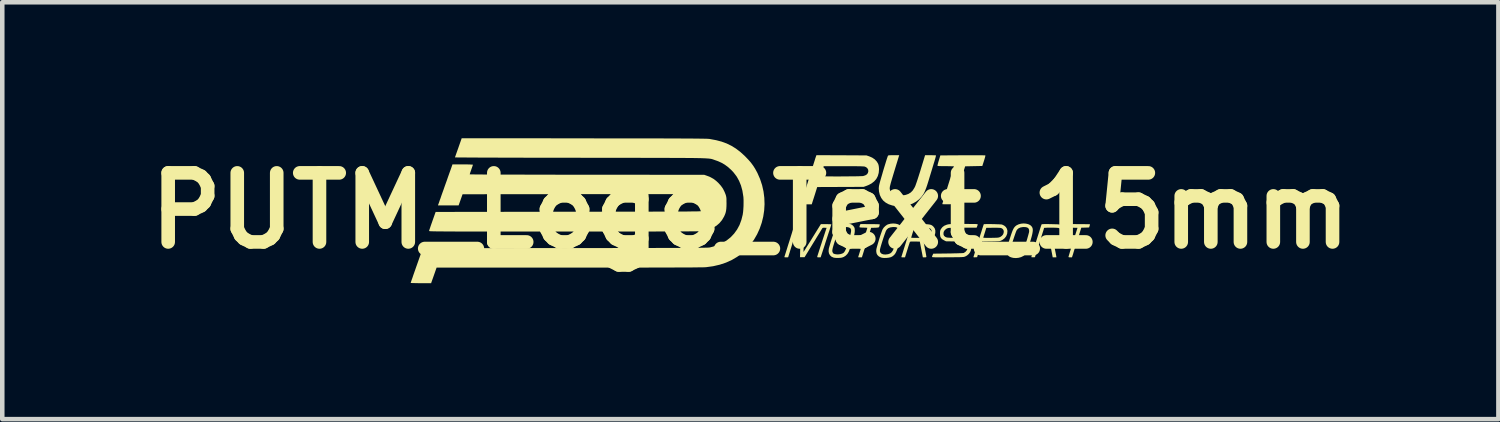
<source format=kicad_pcb>
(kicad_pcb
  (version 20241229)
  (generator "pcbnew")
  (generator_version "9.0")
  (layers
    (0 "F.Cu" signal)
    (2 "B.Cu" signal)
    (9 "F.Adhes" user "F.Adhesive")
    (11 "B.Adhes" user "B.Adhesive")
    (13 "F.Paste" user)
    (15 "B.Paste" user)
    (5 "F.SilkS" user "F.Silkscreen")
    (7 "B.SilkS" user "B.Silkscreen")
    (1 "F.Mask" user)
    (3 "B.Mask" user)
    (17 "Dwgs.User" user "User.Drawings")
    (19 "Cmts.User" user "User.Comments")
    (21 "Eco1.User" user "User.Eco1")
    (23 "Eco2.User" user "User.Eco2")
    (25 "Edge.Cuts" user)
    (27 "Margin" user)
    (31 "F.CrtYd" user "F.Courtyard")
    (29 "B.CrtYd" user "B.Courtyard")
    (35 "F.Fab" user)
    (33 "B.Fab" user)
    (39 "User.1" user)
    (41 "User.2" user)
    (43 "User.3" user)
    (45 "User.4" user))
  (footprint "PUTM_Logo_Text_15mm"
    (layer "F.Cu")
    (at 13.506 1.599)
    (property "Reference" "PUTM_Logo_Text_15mm" (at 0 0 0) (layer "F.SilkS") (effects (font (size 1.524 1.524) (thickness 0.3))))
    (attr board_only exclude_from_pos_files exclude_from_bom allow_missing_courtyard)
    (fp_poly (pts (xy 7.276 0.296) (xy 7.332 0.296) (xy 7.383 0.297) (xy 7.426 0.298) (xy 7.46 0.298) (xy 7.483 0.299) (xy 7.493 0.3) (xy 7.493 0.3) (xy 7.493 0.309) (xy 7.488 0.327) (xy 7.485 0.337) (xy 7.474 0.37) (xy 7.388 0.373) (xy 7.302 0.375) (xy 7.226 0.618) (xy 7.206 0.682) (xy 7.186 0.744) (xy 7.167 0.804) (xy 7.15 0.857) (xy 7.136 0.902) (xy 7.126 0.936) (xy 7.123 0.946) (xy 7.096 1.029) (xy 7.057 1.029) (xy 7.031 1.028) (xy 7.019 1.022) (xy 7.019 1.02) (xy 7.021 1.01) (xy 7.028 0.988) (xy 7.038 0.954) (xy 7.051 0.909) (xy 7.068 0.856) (xy 7.086 0.797) (xy 7.107 0.731) (xy 7.118 0.694) (xy 7.218 0.378) (xy 7.13 0.376) (xy 7.092 0.375) (xy 7.067 0.374) (xy 7.052 0.371) (xy 7.045 0.367) (xy 7.043 0.362) (xy 7.042 0.357) (xy 7.046 0.336) (xy 7.052 0.317) (xy 7.062 0.295)) (stroke (width 0) (type solid)) (fill yes) (layer "F.SilkS"))
    (fp_poly (pts (xy 2.642 0.296) (xy 2.698 0.296) (xy 2.748 0.297) (xy 2.791 0.298) (xy 2.824 0.299) (xy 2.846 0.3) (xy 2.854 0.302) (xy 2.854 0.302) (xy 2.852 0.323) (xy 2.846 0.346) (xy 2.838 0.362) (xy 2.835 0.366) (xy 2.824 0.369) (xy 2.801 0.373) (xy 2.77 0.375) (xy 2.745 0.376) (xy 2.665 0.378) (xy 2.563 0.704) (xy 2.461 1.029) (xy 2.42 1.029) (xy 2.397 1.029) (xy 2.382 1.027) (xy 2.379 1.026) (xy 2.381 1.018) (xy 2.387 0.997) (xy 2.398 0.964) (xy 2.411 0.921) (xy 2.427 0.869) (xy 2.446 0.809) (xy 2.466 0.744) (xy 2.48 0.702) (xy 2.501 0.634) (xy 2.521 0.571) (xy 2.539 0.515) (xy 2.554 0.466) (xy 2.567 0.426) (xy 2.575 0.398) (xy 2.58 0.381) (xy 2.581 0.378) (xy 2.574 0.377) (xy 2.554 0.375) (xy 2.525 0.374) (xy 2.494 0.373) (xy 2.456 0.372) (xy 2.431 0.37) (xy 2.416 0.368) (xy 2.409 0.364) (xy 2.407 0.358) (xy 2.408 0.352) (xy 2.413 0.33) (xy 2.42 0.314) (xy 2.429 0.295)) (stroke (width 0) (type solid)) (fill yes) (layer "F.SilkS"))
    (fp_poly (pts (xy 4.996 -1.223) (xy 5.056 -1.223) (xy 5.106 -1.223) (xy 5.144 -1.222) (xy 5.171 -1.222) (xy 5.183 -1.221) (xy 5.183 -1.221) (xy 5.185 -1.213) (xy 5.181 -1.19) (xy 5.171 -1.154) (xy 5.156 -1.104) (xy 5.155 -1.102) (xy 5.118 -0.987) (xy 4.928 -0.983) (xy 4.739 -0.979) (xy 4.608 -0.561) (xy 4.478 -0.144) (xy 4.356 -0.142) (xy 4.315 -0.142) (xy 4.279 -0.142) (xy 4.253 -0.143) (xy 4.237 -0.145) (xy 4.235 -0.146) (xy 4.237 -0.154) (xy 4.243 -0.176) (xy 4.254 -0.21) (xy 4.268 -0.255) (xy 4.284 -0.309) (xy 4.304 -0.371) (xy 4.325 -0.44) (xy 4.348 -0.514) (xy 4.363 -0.562) (xy 4.387 -0.639) (xy 4.41 -0.712) (xy 4.431 -0.778) (xy 4.449 -0.837) (xy 4.465 -0.888) (xy 4.477 -0.928) (xy 4.486 -0.958) (xy 4.491 -0.975) (xy 4.492 -0.978) (xy 4.485 -0.979) (xy 4.464 -0.98) (xy 4.432 -0.981) (xy 4.39 -0.982) (xy 4.342 -0.983) (xy 4.312 -0.983) (xy 4.251 -0.983) (xy 4.204 -0.984) (xy 4.17 -0.985) (xy 4.147 -0.987) (xy 4.134 -0.989) (xy 4.129 -0.992) (xy 4.13 -1.003) (xy 4.135 -1.026) (xy 4.143 -1.057) (xy 4.154 -1.095) (xy 4.159 -1.111) (xy 4.192 -1.22) (xy 4.683 -1.223) (xy 4.77 -1.223) (xy 4.851 -1.223) (xy 4.927 -1.223)) (stroke (width 0) (type solid)) (fill yes) (layer "F.SilkS"))
    (fp_poly (pts (xy 5.301 0.295) (xy 5.35 0.296) (xy 5.399 0.297) (xy 5.445 0.299) (xy 5.486 0.3) (xy 5.52 0.302) (xy 5.544 0.304) (xy 5.554 0.306) (xy 5.601 0.329) (xy 5.637 0.36) (xy 5.661 0.399) (xy 5.672 0.444) (xy 5.672 0.451) (xy 5.666 0.51) (xy 5.645 0.562) (xy 5.612 0.606) (xy 5.566 0.642) (xy 5.546 0.653) (xy 5.532 0.659) (xy 5.52 0.665) (xy 5.506 0.669) (xy 5.489 0.672) (xy 5.467 0.674) (xy 5.437 0.675) (xy 5.398 0.677) (xy 5.346 0.678) (xy 5.307 0.678) (xy 5.112 0.682) (xy 5.082 0.776) (xy 5.068 0.822) (xy 5.052 0.872) (xy 5.037 0.919) (xy 5.027 0.948) (xy 5.003 1.026) (xy 4.961 1.028) (xy 4.937 1.029) (xy 4.926 1.027) (xy 4.923 1.021) (xy 4.924 1.016) (xy 4.939 0.968) (xy 4.956 0.912) (xy 4.975 0.851) (xy 4.995 0.786) (xy 5.016 0.719) (xy 5.038 0.652) (xy 5.055 0.595) (xy 5.139 0.595) (xy 5.147 0.597) (xy 5.168 0.598) (xy 5.199 0.599) (xy 5.24 0.6) (xy 5.288 0.599) (xy 5.309 0.599) (xy 5.365 0.598) (xy 5.408 0.597) (xy 5.44 0.596) (xy 5.463 0.594) (xy 5.481 0.591) (xy 5.494 0.587) (xy 5.507 0.582) (xy 5.518 0.577) (xy 5.551 0.553) (xy 5.575 0.524) (xy 5.588 0.491) (xy 5.592 0.458) (xy 5.585 0.428) (xy 5.567 0.402) (xy 5.539 0.385) (xy 5.531 0.382) (xy 5.512 0.379) (xy 5.479 0.377) (xy 5.435 0.376) (xy 5.382 0.376) (xy 5.354 0.376) (xy 5.206 0.378) (xy 5.173 0.484) (xy 5.161 0.522) (xy 5.151 0.555) (xy 5.143 0.58) (xy 5.14 0.593) (xy 5.139 0.595) (xy 5.055 0.595) (xy 5.058 0.586) (xy 5.078 0.523) (xy 5.097 0.464) (xy 5.113 0.412) (xy 5.127 0.368) (xy 5.138 0.333) (xy 5.146 0.31) (xy 5.15 0.299) (xy 5.15 0.299) (xy 5.159 0.297) (xy 5.182 0.296) (xy 5.215 0.295) (xy 5.255 0.295)) (stroke (width 0) (type solid)) (fill yes) (layer "F.SilkS"))
    (fp_poly (pts (xy 3.205 0.286) (xy 3.255 0.298) (xy 3.296 0.318) (xy 3.31 0.328) (xy 3.329 0.348) (xy 3.343 0.371) (xy 3.351 0.398) (xy 3.354 0.43) (xy 3.351 0.47) (xy 3.342 0.519) (xy 3.327 0.578) (xy 3.307 0.65) (xy 3.296 0.686) (xy 3.273 0.758) (xy 3.253 0.816) (xy 3.236 0.863) (xy 3.221 0.9) (xy 3.206 0.93) (xy 3.192 0.953) (xy 3.176 0.972) (xy 3.17 0.978) (xy 3.137 1.006) (xy 3.101 1.025) (xy 3.057 1.036) (xy 3.002 1.042) (xy 2.995 1.042) (xy 2.954 1.043) (xy 2.923 1.041) (xy 2.897 1.036) (xy 2.879 1.031) (xy 2.835 1.009) (xy 2.803 0.978) (xy 2.784 0.94) (xy 2.777 0.891) (xy 2.779 0.863) (xy 2.779 0.859) (xy 2.859 0.859) (xy 2.859 0.898) (xy 2.873 0.929) (xy 2.897 0.95) (xy 2.933 0.963) (xy 2.98 0.967) (xy 3.035 0.96) (xy 3.041 0.959) (xy 3.085 0.943) (xy 3.119 0.915) (xy 3.146 0.874) (xy 3.155 0.853) (xy 3.168 0.819) (xy 3.182 0.777) (xy 3.198 0.729) (xy 3.214 0.677) (xy 3.23 0.625) (xy 3.244 0.575) (xy 3.257 0.53) (xy 3.266 0.493) (xy 3.272 0.466) (xy 3.273 0.456) (xy 3.272 0.419) (xy 3.26 0.391) (xy 3.237 0.372) (xy 3.202 0.362) (xy 3.154 0.36) (xy 3.138 0.361) (xy 3.086 0.369) (xy 3.046 0.384) (xy 3.016 0.408) (xy 2.998 0.434) (xy 2.989 0.451) (xy 2.978 0.481) (xy 2.963 0.521) (xy 2.947 0.567) (xy 2.93 0.618) (xy 2.913 0.671) (xy 2.897 0.722) (xy 2.883 0.769) (xy 2.871 0.81) (xy 2.863 0.842) (xy 2.859 0.859) (xy 2.779 0.859) (xy 2.782 0.842) (xy 2.79 0.809) (xy 2.802 0.767) (xy 2.816 0.718) (xy 2.832 0.664) (xy 2.848 0.61) (xy 2.865 0.557) (xy 2.882 0.507) (xy 2.897 0.465) (xy 2.909 0.432) (xy 2.918 0.411) (xy 2.943 0.373) (xy 2.977 0.339) (xy 3.014 0.312) (xy 3.038 0.301) (xy 3.093 0.287) (xy 3.15 0.282)) (stroke (width 0) (type solid)) (fill yes) (layer "F.SilkS"))
    (fp_poly (pts (xy 6.079 0.285) (xy 6.129 0.296) (xy 6.172 0.316) (xy 6.187 0.328) (xy 6.206 0.347) (xy 6.22 0.369) (xy 6.229 0.395) (xy 6.232 0.427) (xy 6.229 0.465) (xy 6.221 0.512) (xy 6.207 0.569) (xy 6.188 0.637) (xy 6.169 0.697) (xy 6.147 0.768) (xy 6.127 0.826) (xy 6.11 0.873) (xy 6.095 0.91) (xy 6.08 0.938) (xy 6.065 0.961) (xy 6.05 0.978) (xy 6.032 0.993) (xy 6.02 1.001) (xy 5.973 1.024) (xy 5.918 1.039) (xy 5.859 1.045) (xy 5.801 1.041) (xy 5.757 1.03) (xy 5.731 1.02) (xy 5.709 1.008) (xy 5.7 1.001) (xy 5.675 0.969) (xy 5.659 0.927) (xy 5.654 0.887) (xy 5.654 0.872) (xy 5.655 0.86) (xy 5.736 0.86) (xy 5.737 0.899) (xy 5.75 0.929) (xy 5.775 0.951) (xy 5.812 0.963) (xy 5.858 0.966) (xy 5.913 0.96) (xy 5.919 0.959) (xy 5.964 0.942) (xy 5.999 0.913) (xy 6.022 0.878) (xy 6.031 0.858) (xy 6.042 0.826) (xy 6.057 0.785) (xy 6.072 0.737) (xy 6.088 0.686) (xy 6.105 0.634) (xy 6.119 0.584) (xy 6.132 0.539) (xy 6.142 0.501) (xy 6.149 0.474) (xy 6.151 0.464) (xy 6.15 0.424) (xy 6.139 0.394) (xy 6.116 0.374) (xy 6.082 0.363) (xy 6.034 0.36) (xy 6.011 0.361) (xy 5.96 0.37) (xy 5.92 0.387) (xy 5.889 0.414) (xy 5.875 0.433) (xy 5.867 0.451) (xy 5.855 0.481) (xy 5.841 0.521) (xy 5.825 0.567) (xy 5.808 0.618) (xy 5.791 0.67) (xy 5.775 0.721) (xy 5.76 0.769) (xy 5.748 0.81) (xy 5.74 0.842) (xy 5.736 0.86) (xy 5.655 0.86) (xy 5.655 0.858) (xy 5.657 0.843) (xy 5.661 0.825) (xy 5.666 0.803) (xy 5.675 0.773) (xy 5.686 0.736) (xy 5.702 0.688) (xy 5.721 0.627) (xy 5.729 0.603) (xy 5.751 0.535) (xy 5.77 0.48) (xy 5.787 0.436) (xy 5.803 0.402) (xy 5.819 0.375) (xy 5.836 0.354) (xy 5.854 0.337) (xy 5.873 0.323) (xy 5.918 0.301) (xy 5.97 0.287) (xy 6.025 0.281)) (stroke (width 0) (type solid)) (fill yes) (layer "F.SilkS"))
    (fp_poly (pts (xy 2.01 -1.223) (xy 2.562 -1.22) (xy 2.624 -1.199) (xy 2.688 -1.171) (xy 2.743 -1.134) (xy 2.786 -1.089) (xy 2.817 -1.039) (xy 2.827 -1.012) (xy 2.833 -0.983) (xy 2.837 -0.947) (xy 2.839 -0.913) (xy 2.832 -0.834) (xy 2.812 -0.764) (xy 2.779 -0.701) (xy 2.732 -0.647) (xy 2.673 -0.601) (xy 2.599 -0.563) (xy 2.562 -0.548) (xy 2.499 -0.526) (xy 1.475 -0.522) (xy 1.439 -0.407) (xy 1.424 -0.359) (xy 1.408 -0.309) (xy 1.393 -0.262) (xy 1.38 -0.223) (xy 1.378 -0.216) (xy 1.354 -0.14) (xy 1.234 -0.14) (xy 1.186 -0.141) (xy 1.152 -0.142) (xy 1.131 -0.143) (xy 1.12 -0.146) (xy 1.117 -0.15) (xy 1.117 -0.15) (xy 1.12 -0.159) (xy 1.127 -0.182) (xy 1.138 -0.217) (xy 1.153 -0.263) (xy 1.171 -0.319) (xy 1.191 -0.384) (xy 1.214 -0.456) (xy 1.238 -0.535) (xy 1.265 -0.619) (xy 1.282 -0.675) (xy 1.309 -0.761) (xy 1.31 -0.762) (xy 1.552 -0.762) (xy 1.559 -0.761) (xy 1.581 -0.76) (xy 1.615 -0.759) (xy 1.659 -0.758) (xy 1.713 -0.757) (xy 1.774 -0.757) (xy 1.84 -0.756) (xy 1.911 -0.756) (xy 1.984 -0.756) (xy 2.058 -0.757) (xy 2.131 -0.757) (xy 2.202 -0.758) (xy 2.269 -0.758) (xy 2.33 -0.759) (xy 2.383 -0.76) (xy 2.428 -0.762) (xy 2.462 -0.763) (xy 2.484 -0.764) (xy 2.489 -0.765) (xy 2.536 -0.78) (xy 2.57 -0.801) (xy 2.592 -0.83) (xy 2.593 -0.832) (xy 2.603 -0.869) (xy 2.599 -0.905) (xy 2.582 -0.936) (xy 2.553 -0.961) (xy 2.521 -0.974) (xy 2.506 -0.976) (xy 2.475 -0.978) (xy 2.43 -0.98) (xy 2.37 -0.981) (xy 2.296 -0.982) (xy 2.208 -0.982) (xy 2.107 -0.982) (xy 2.055 -0.982) (xy 1.618 -0.982) (xy 1.585 -0.875) (xy 1.573 -0.837) (xy 1.563 -0.803) (xy 1.556 -0.778) (xy 1.552 -0.764) (xy 1.552 -0.762) (xy 1.31 -0.762) (xy 1.335 -0.844) (xy 1.359 -0.921) (xy 1.382 -0.992) (xy 1.402 -1.055) (xy 1.419 -1.108) (xy 1.432 -1.152) (xy 1.443 -1.183) (xy 1.449 -1.202) (xy 1.451 -1.207) (xy 1.458 -1.225)) (stroke (width 0) (type solid)) (fill yes) (layer "F.SilkS"))
    (fp_poly (pts (xy 2.162 0.287) (xy 2.206 0.295) (xy 2.241 0.31) (xy 2.268 0.333) (xy 2.284 0.353) (xy 2.295 0.372) (xy 2.301 0.39) (xy 2.303 0.413) (xy 2.304 0.444) (xy 2.303 0.465) (xy 2.3 0.487) (xy 2.296 0.512) (xy 2.288 0.543) (xy 2.278 0.581) (xy 2.263 0.63) (xy 2.247 0.682) (xy 2.23 0.735) (xy 2.214 0.785) (xy 2.199 0.83) (xy 2.186 0.866) (xy 2.176 0.892) (xy 2.173 0.901) (xy 2.141 0.954) (xy 2.101 0.994) (xy 2.062 1.019) (xy 2.037 1.029) (xy 2.013 1.036) (xy 1.985 1.04) (xy 1.946 1.042) (xy 1.943 1.042) (xy 1.892 1.042) (xy 1.853 1.038) (xy 1.831 1.033) (xy 1.787 1.012) (xy 1.755 0.98) (xy 1.734 0.94) (xy 1.726 0.892) (xy 1.727 0.885) (xy 1.808 0.885) (xy 1.809 0.9) (xy 1.813 0.912) (xy 1.818 0.923) (xy 1.825 0.936) (xy 1.832 0.944) (xy 1.843 0.949) (xy 1.861 0.956) (xy 1.895 0.963) (xy 1.937 0.964) (xy 1.981 0.959) (xy 2.02 0.948) (xy 2.032 0.943) (xy 2.049 0.934) (xy 2.064 0.922) (xy 2.077 0.905) (xy 2.09 0.883) (xy 2.104 0.853) (xy 2.119 0.813) (xy 2.137 0.762) (xy 2.157 0.699) (xy 2.165 0.672) (xy 2.187 0.602) (xy 2.203 0.546) (xy 2.214 0.501) (xy 2.221 0.466) (xy 2.223 0.438) (xy 2.221 0.417) (xy 2.215 0.401) (xy 2.206 0.388) (xy 2.204 0.386) (xy 2.178 0.371) (xy 2.141 0.362) (xy 2.096 0.36) (xy 2.069 0.362) (xy 2.036 0.367) (xy 2.008 0.376) (xy 1.985 0.39) (xy 1.965 0.411) (xy 1.946 0.44) (xy 1.928 0.479) (xy 1.909 0.53) (xy 1.888 0.592) (xy 1.865 0.666) (xy 1.846 0.726) (xy 1.831 0.775) (xy 1.82 0.813) (xy 1.813 0.844) (xy 1.809 0.867) (xy 1.808 0.885) (xy 1.727 0.885) (xy 1.73 0.844) (xy 1.736 0.819) (xy 1.746 0.783) (xy 1.759 0.738) (xy 1.774 0.687) (xy 1.791 0.634) (xy 1.808 0.581) (xy 1.825 0.53) (xy 1.84 0.485) (xy 1.854 0.447) (xy 1.864 0.421) (xy 1.868 0.413) (xy 1.899 0.367) (xy 1.942 0.328) (xy 1.985 0.303) (xy 2.006 0.294) (xy 2.028 0.289) (xy 2.054 0.286) (xy 2.09 0.285) (xy 2.106 0.285)) (stroke (width 0) (type solid)) (fill yes) (layer "F.SilkS"))
    (fp_poly (pts (xy 3.279 -1.207) (xy 3.275 -1.196) (xy 3.268 -1.172) (xy 3.257 -1.136) (xy 3.243 -1.09) (xy 3.226 -1.035) (xy 3.207 -0.973) (xy 3.187 -0.907) (xy 3.172 -0.858) (xy 3.148 -0.778) (xy 3.128 -0.711) (xy 3.112 -0.657) (xy 3.099 -0.613) (xy 3.09 -0.578) (xy 3.083 -0.55) (xy 3.078 -0.529) (xy 3.076 -0.512) (xy 3.075 -0.498) (xy 3.075 -0.486) (xy 3.075 -0.481) (xy 3.086 -0.433) (xy 3.109 -0.394) (xy 3.145 -0.364) (xy 3.192 -0.344) (xy 3.25 -0.333) (xy 3.319 -0.333) (xy 3.355 -0.336) (xy 3.428 -0.349) (xy 3.489 -0.371) (xy 3.54 -0.403) (xy 3.583 -0.447) (xy 3.619 -0.504) (xy 3.634 -0.533) (xy 3.643 -0.555) (xy 3.655 -0.589) (xy 3.671 -0.634) (xy 3.689 -0.688) (xy 3.709 -0.75) (xy 3.73 -0.816) (xy 3.752 -0.885) (xy 3.759 -0.91) (xy 3.855 -1.224) (xy 3.974 -1.224) (xy 4.015 -1.224) (xy 4.05 -1.223) (xy 4.077 -1.222) (xy 4.093 -1.221) (xy 4.096 -1.22) (xy 4.095 -1.212) (xy 4.09 -1.191) (xy 4.082 -1.16) (xy 4.071 -1.122) (xy 4.058 -1.078) (xy 4.044 -1.034) (xy 4.027 -0.978) (xy 4.008 -0.914) (xy 3.987 -0.845) (xy 3.966 -0.776) (xy 3.946 -0.71) (xy 3.945 -0.706) (xy 3.92 -0.625) (xy 3.899 -0.558) (xy 3.879 -0.501) (xy 3.861 -0.455) (xy 3.844 -0.415) (xy 3.827 -0.381) (xy 3.808 -0.351) (xy 3.788 -0.323) (xy 3.778 -0.31) (xy 3.724 -0.252) (xy 3.658 -0.201) (xy 3.583 -0.159) (xy 3.502 -0.127) (xy 3.494 -0.124) (xy 3.45 -0.115) (xy 3.397 -0.108) (xy 3.337 -0.104) (xy 3.275 -0.103) (xy 3.217 -0.105) (xy 3.165 -0.109) (xy 3.13 -0.116) (xy 3.052 -0.142) (xy 2.985 -0.179) (xy 2.93 -0.225) (xy 2.888 -0.281) (xy 2.857 -0.347) (xy 2.855 -0.354) (xy 2.838 -0.425) (xy 2.833 -0.494) (xy 2.838 -0.546) (xy 2.842 -0.563) (xy 2.849 -0.594) (xy 2.86 -0.635) (xy 2.874 -0.684) (xy 2.89 -0.74) (xy 2.908 -0.801) (xy 2.926 -0.865) (xy 2.945 -0.928) (xy 2.964 -0.99) (xy 2.982 -1.048) (xy 2.998 -1.101) (xy 3.012 -1.145) (xy 3.024 -1.18) (xy 3.032 -1.203) (xy 3.033 -1.207) (xy 3.037 -1.213) (xy 3.042 -1.218) (xy 3.052 -1.221) (xy 3.068 -1.223) (xy 3.094 -1.224) (xy 3.131 -1.224) (xy 3.163 -1.224) (xy 3.284 -1.224)) (stroke (width 0) (type solid)) (fill yes) (layer "F.SilkS"))
    (fp_poly (pts (xy 1.153 0.295) (xy 1.171 0.297) (xy 1.181 0.3) (xy 1.184 0.303) (xy 1.184 0.313) (xy 1.184 0.337) (xy 1.184 0.372) (xy 1.184 0.418) (xy 1.183 0.473) (xy 1.181 0.534) (xy 1.18 0.601) (xy 1.179 0.611) (xy 1.177 0.677) (xy 1.176 0.739) (xy 1.175 0.793) (xy 1.174 0.839) (xy 1.173 0.875) (xy 1.173 0.899) (xy 1.173 0.91) (xy 1.173 0.91) (xy 1.177 0.904) (xy 1.189 0.886) (xy 1.207 0.858) (xy 1.231 0.819) (xy 1.26 0.773) (xy 1.293 0.72) (xy 1.33 0.662) (xy 1.365 0.604) (xy 1.556 0.296) (xy 1.671 0.296) (xy 1.711 0.297) (xy 1.745 0.298) (xy 1.771 0.299) (xy 1.784 0.301) (xy 1.786 0.302) (xy 1.784 0.312) (xy 1.777 0.332) (xy 1.769 0.361) (xy 1.763 0.378) (xy 1.755 0.402) (xy 1.744 0.438) (xy 1.728 0.484) (xy 1.71 0.54) (xy 1.69 0.601) (xy 1.669 0.666) (xy 1.647 0.734) (xy 1.646 0.739) (xy 1.551 1.029) (xy 1.513 1.029) (xy 1.486 1.028) (xy 1.475 1.022) (xy 1.474 1.02) (xy 1.477 1.01) (xy 1.483 0.988) (xy 1.494 0.954) (xy 1.508 0.91) (xy 1.525 0.857) (xy 1.544 0.797) (xy 1.566 0.732) (xy 1.578 0.694) (xy 1.682 0.378) (xy 1.639 0.376) (xy 1.609 0.376) (xy 1.593 0.381) (xy 1.59 0.384) (xy 1.585 0.392) (xy 1.572 0.413) (xy 1.553 0.444) (xy 1.529 0.484) (xy 1.499 0.532) (xy 1.465 0.587) (xy 1.429 0.647) (xy 1.39 0.71) (xy 1.196 1.026) (xy 1.096 1.026) (xy 1.096 0.998) (xy 1.097 0.984) (xy 1.097 0.957) (xy 1.098 0.918) (xy 1.099 0.868) (xy 1.1 0.811) (xy 1.101 0.748) (xy 1.103 0.68) (xy 1.103 0.673) (xy 1.109 0.374) (xy 1.038 0.374) (xy 0.999 0.497) (xy 0.978 0.563) (xy 0.957 0.63) (xy 0.936 0.697) (xy 0.916 0.762) (xy 0.897 0.824) (xy 0.879 0.88) (xy 0.864 0.93) (xy 0.851 0.971) (xy 0.842 1.001) (xy 0.836 1.02) (xy 0.834 1.026) (xy 0.827 1.028) (xy 0.809 1.029) (xy 0.791 1.029) (xy 0.765 1.028) (xy 0.752 1.025) (xy 0.751 1.02) (xy 0.754 1.01) (xy 0.761 0.988) (xy 0.772 0.953) (xy 0.786 0.909) (xy 0.803 0.855) (xy 0.822 0.793) (xy 0.843 0.726) (xy 0.866 0.655) (xy 0.866 0.654) (xy 0.978 0.297) (xy 1.079 0.295) (xy 1.122 0.294)) (stroke (width 0) (type solid)) (fill yes) (layer "F.SilkS"))
    (fp_poly (pts (xy 6.553 0.295) (xy 6.62 0.296) (xy 6.63 0.296) (xy 6.691 0.298) (xy 6.738 0.299) (xy 6.774 0.3) (xy 6.8 0.302) (xy 6.82 0.304) (xy 6.834 0.307) (xy 6.846 0.311) (xy 6.856 0.317) (xy 6.862 0.32) (xy 6.904 0.35) (xy 6.932 0.387) (xy 6.946 0.43) (xy 6.947 0.441) (xy 6.945 0.497) (xy 6.929 0.549) (xy 6.902 0.594) (xy 6.864 0.63) (xy 6.856 0.635) (xy 6.823 0.652) (xy 6.783 0.666) (xy 6.744 0.676) (xy 6.717 0.678) (xy 6.698 0.681) (xy 6.692 0.689) (xy 6.691 0.692) (xy 6.693 0.704) (xy 6.697 0.728) (xy 6.703 0.763) (xy 6.711 0.805) (xy 6.72 0.852) (xy 6.722 0.864) (xy 6.732 0.912) (xy 6.74 0.954) (xy 6.747 0.989) (xy 6.751 1.013) (xy 6.753 1.025) (xy 6.754 1.026) (xy 6.747 1.028) (xy 6.728 1.029) (xy 6.712 1.029) (xy 6.671 1.029) (xy 6.641 0.871) (xy 6.632 0.823) (xy 6.623 0.778) (xy 6.615 0.741) (xy 6.609 0.713) (xy 6.605 0.697) (xy 6.605 0.696) (xy 6.601 0.689) (xy 6.596 0.684) (xy 6.586 0.681) (xy 6.568 0.679) (xy 6.54 0.679) (xy 6.5 0.678) (xy 6.493 0.678) (xy 6.388 0.678) (xy 6.356 0.782) (xy 6.341 0.828) (xy 6.326 0.876) (xy 6.312 0.92) (xy 6.301 0.955) (xy 6.279 1.026) (xy 6.24 1.028) (xy 6.214 1.028) (xy 6.201 1.024) (xy 6.2 1.022) (xy 6.202 1.012) (xy 6.209 0.99) (xy 6.219 0.956) (xy 6.232 0.913) (xy 6.247 0.862) (xy 6.265 0.805) (xy 6.284 0.744) (xy 6.304 0.681) (xy 6.324 0.617) (xy 6.329 0.602) (xy 6.412 0.602) (xy 6.585 0.599) (xy 6.642 0.598) (xy 6.685 0.597) (xy 6.718 0.596) (xy 6.742 0.594) (xy 6.759 0.591) (xy 6.772 0.587) (xy 6.784 0.582) (xy 6.789 0.58) (xy 6.825 0.555) (xy 6.849 0.527) (xy 6.864 0.49) (xy 6.868 0.452) (xy 6.86 0.422) (xy 6.838 0.399) (xy 6.82 0.389) (xy 6.807 0.384) (xy 6.792 0.38) (xy 6.772 0.378) (xy 6.745 0.376) (xy 6.709 0.375) (xy 6.66 0.375) (xy 6.635 0.375) (xy 6.588 0.375) (xy 6.546 0.375) (xy 6.513 0.377) (xy 6.49 0.378) (xy 6.481 0.38) (xy 6.48 0.38) (xy 6.478 0.389) (xy 6.472 0.411) (xy 6.463 0.441) (xy 6.451 0.478) (xy 6.446 0.494) (xy 6.412 0.602) (xy 6.329 0.602) (xy 6.344 0.554) (xy 6.363 0.495) (xy 6.38 0.44) (xy 6.395 0.392) (xy 6.408 0.352) (xy 6.418 0.322) (xy 6.425 0.305) (xy 6.426 0.3) (xy 6.436 0.298) (xy 6.461 0.296) (xy 6.501 0.295)) (stroke (width 0) (type solid)) (fill yes) (layer "F.SilkS"))
    (fp_poly (pts (xy 3.748 0.296) (xy 3.817 0.296) (xy 3.871 0.298) (xy 3.914 0.3) (xy 3.948 0.304) (xy 3.975 0.31) (xy 3.996 0.318) (xy 4.014 0.329) (xy 4.031 0.344) (xy 4.038 0.35) (xy 4.067 0.388) (xy 4.081 0.433) (xy 4.081 0.483) (xy 4.079 0.497) (xy 4.068 0.538) (xy 4.053 0.571) (xy 4.028 0.601) (xy 4.019 0.61) (xy 3.973 0.644) (xy 3.919 0.667) (xy 3.867 0.676) (xy 3.843 0.679) (xy 3.826 0.681) (xy 3.821 0.683) (xy 3.823 0.691) (xy 3.827 0.712) (xy 3.833 0.743) (xy 3.841 0.783) (xy 3.85 0.83) (xy 3.852 0.843) (xy 3.862 0.892) (xy 3.87 0.936) (xy 3.877 0.972) (xy 3.881 0.999) (xy 3.884 1.014) (xy 3.884 1.016) (xy 3.881 1.024) (xy 3.87 1.028) (xy 3.848 1.029) (xy 3.845 1.029) (xy 3.822 1.029) (xy 3.808 1.028) (xy 3.805 1.027) (xy 3.804 1.02) (xy 3.8 0.999) (xy 3.794 0.967) (xy 3.786 0.926) (xy 3.777 0.879) (xy 3.772 0.854) (xy 3.739 0.682) (xy 3.632 0.68) (xy 3.589 0.68) (xy 3.559 0.68) (xy 3.54 0.681) (xy 3.528 0.684) (xy 3.521 0.688) (xy 3.519 0.692) (xy 3.515 0.703) (xy 3.507 0.727) (xy 3.496 0.761) (xy 3.482 0.803) (xy 3.468 0.85) (xy 3.462 0.868) (xy 3.412 1.029) (xy 3.371 1.029) (xy 3.347 1.029) (xy 3.335 1.026) (xy 3.332 1.02) (xy 3.333 1.016) (xy 3.336 1.006) (xy 3.344 0.982) (xy 3.355 0.947) (xy 3.369 0.902) (xy 3.386 0.847) (xy 3.405 0.786) (xy 3.426 0.719) (xy 3.447 0.652) (xy 3.465 0.595) (xy 3.549 0.595) (xy 3.556 0.597) (xy 3.577 0.598) (xy 3.608 0.599) (xy 3.649 0.6) (xy 3.697 0.599) (xy 3.718 0.599) (xy 3.774 0.598) (xy 3.817 0.597) (xy 3.849 0.596) (xy 3.873 0.594) (xy 3.891 0.591) (xy 3.905 0.587) (xy 3.918 0.582) (xy 3.925 0.578) (xy 3.95 0.563) (xy 3.971 0.545) (xy 3.978 0.536) (xy 3.992 0.508) (xy 3.999 0.474) (xy 3.998 0.442) (xy 3.989 0.417) (xy 3.979 0.403) (xy 3.966 0.393) (xy 3.948 0.385) (xy 3.924 0.38) (xy 3.892 0.377) (xy 3.849 0.376) (xy 3.793 0.376) (xy 3.769 0.376) (xy 3.616 0.378) (xy 3.582 0.484) (xy 3.57 0.522) (xy 3.56 0.555) (xy 3.553 0.58) (xy 3.549 0.593) (xy 3.549 0.595) (xy 3.465 0.595) (xy 3.469 0.581) (xy 3.49 0.515) (xy 3.509 0.455) (xy 3.526 0.402) (xy 3.539 0.359) (xy 3.55 0.326) (xy 3.557 0.305) (xy 3.56 0.298) (xy 3.568 0.297) (xy 3.59 0.297) (xy 3.622 0.296) (xy 3.664 0.296) (xy 3.713 0.296)) (stroke (width 0) (type solid)) (fill yes) (layer "F.SilkS"))
    (fp_poly (pts (xy 4.784 0.292) (xy 4.848 0.293) (xy 4.899 0.293) (xy 4.938 0.293) (xy 4.968 0.294) (xy 4.989 0.295) (xy 5.003 0.297) (xy 5.011 0.299) (xy 5.015 0.302) (xy 5.016 0.305) (xy 5.016 0.308) (xy 5.011 0.326) (xy 5.003 0.348) (xy 5.002 0.349) (xy 4.992 0.374) (xy 4.69 0.374) (xy 4.602 0.375) (xy 4.529 0.375) (xy 4.47 0.376) (xy 4.423 0.378) (xy 4.389 0.379) (xy 4.367 0.382) (xy 4.357 0.384) (xy 4.319 0.402) (xy 4.288 0.43) (xy 4.268 0.463) (xy 4.262 0.485) (xy 4.261 0.523) (xy 4.273 0.553) (xy 4.298 0.575) (xy 4.309 0.581) (xy 4.32 0.586) (xy 4.333 0.59) (xy 4.349 0.593) (xy 4.372 0.595) (xy 4.403 0.597) (xy 4.443 0.598) (xy 4.496 0.6) (xy 4.535 0.601) (xy 4.596 0.602) (xy 4.643 0.603) (xy 4.679 0.605) (xy 4.707 0.607) (xy 4.727 0.609) (xy 4.743 0.613) (xy 4.756 0.617) (xy 4.769 0.622) (xy 4.811 0.646) (xy 4.841 0.674) (xy 4.862 0.71) (xy 4.874 0.751) (xy 4.877 0.788) (xy 4.874 0.832) (xy 4.865 0.876) (xy 4.851 0.911) (xy 4.822 0.952) (xy 4.781 0.988) (xy 4.745 1.008) (xy 4.736 1.012) (xy 4.726 1.015) (xy 4.715 1.018) (xy 4.702 1.021) (xy 4.683 1.022) (xy 4.659 1.024) (xy 4.628 1.025) (xy 4.587 1.026) (xy 4.536 1.026) (xy 4.473 1.027) (xy 4.397 1.028) (xy 4.357 1.028) (xy 4.275 1.028) (xy 4.206 1.029) (xy 4.15 1.029) (xy 4.106 1.029) (xy 4.072 1.028) (xy 4.047 1.027) (xy 4.03 1.026) (xy 4.019 1.025) (xy 4.012 1.022) (xy 4.009 1.02) (xy 4.009 1.016) (xy 4.009 1.016) (xy 4.012 1) (xy 4.021 0.979) (xy 4.023 0.975) (xy 4.036 0.948) (xy 4.363 0.944) (xy 4.434 0.943) (xy 4.5 0.941) (xy 4.56 0.94) (xy 4.612 0.938) (xy 4.654 0.937) (xy 4.685 0.935) (xy 4.703 0.933) (xy 4.706 0.933) (xy 4.748 0.906) (xy 4.777 0.87) (xy 4.793 0.826) (xy 4.796 0.793) (xy 4.791 0.752) (xy 4.775 0.721) (xy 4.748 0.699) (xy 4.744 0.697) (xy 4.733 0.692) (xy 4.72 0.689) (xy 4.702 0.686) (xy 4.678 0.684) (xy 4.646 0.682) (xy 4.603 0.68) (xy 4.548 0.679) (xy 4.515 0.678) (xy 4.317 0.675) (xy 4.271 0.652) (xy 4.233 0.629) (xy 4.207 0.603) (xy 4.191 0.57) (xy 4.185 0.527) (xy 4.184 0.504) (xy 4.185 0.47) (xy 4.188 0.445) (xy 4.194 0.426) (xy 4.205 0.404) (xy 4.206 0.403) (xy 4.237 0.363) (xy 4.278 0.332) (xy 4.331 0.31) (xy 4.342 0.307) (xy 4.356 0.303) (xy 4.372 0.3) (xy 4.39 0.298) (xy 4.413 0.296) (xy 4.442 0.295) (xy 4.479 0.294) (xy 4.525 0.293) (xy 4.582 0.293) (xy 4.652 0.292) (xy 4.706 0.292)) (stroke (width 0) (type solid)) (fill yes) (layer "F.SilkS"))
    (fp_poly (pts (xy -6.289 -1.021) (xy -6.237 -1.021) (xy -6.192 -1.02) (xy -6.157 -1.018) (xy -6.133 -1.017) (xy -6.122 -1.015) (xy -6.122 -1.015) (xy -6.124 -1.005) (xy -6.131 -0.984) (xy -6.141 -0.954) (xy -6.154 -0.918) (xy -6.157 -0.909) (xy -6.17 -0.872) (xy -6.181 -0.84) (xy -6.188 -0.816) (xy -6.192 -0.804) (xy -6.192 -0.803) (xy -6.184 -0.802) (xy -6.161 -0.801) (xy -6.123 -0.801) (xy -6.071 -0.8) (xy -6.004 -0.8) (xy -5.924 -0.799) (xy -5.829 -0.798) (xy -5.722 -0.798) (xy -5.602 -0.797) (xy -5.469 -0.797) (xy -5.324 -0.796) (xy -5.168 -0.796) (xy -4.999 -0.796) (xy -4.82 -0.795) (xy -4.63 -0.795) (xy -4.429 -0.795) (xy -4.218 -0.794) (xy -3.998 -0.794) (xy -3.768 -0.794) (xy -3.605 -0.794) (xy -1.018 -0.792) (xy -0.955 -0.77) (xy -0.881 -0.74) (xy -0.816 -0.704) (xy -0.756 -0.659) (xy -0.706 -0.613) (xy -0.649 -0.549) (xy -0.604 -0.485) (xy -0.569 -0.415) (xy -0.548 -0.363) (xy -0.54 -0.339) (xy -0.535 -0.319) (xy -0.531 -0.298) (xy -0.528 -0.274) (xy -0.527 -0.244) (xy -0.527 -0.204) (xy -0.526 -0.164) (xy -0.527 -0.1) (xy -0.53 -0.049) (xy -0.535 -0.006) (xy -0.543 0.033) (xy -0.554 0.069) (xy -0.571 0.109) (xy -0.58 0.129) (xy -0.626 0.207) (xy -0.683 0.275) (xy -0.751 0.333) (xy -0.831 0.38) (xy -0.92 0.417) (xy -1.02 0.442) (xy -1.087 0.452) (xy -1.1 0.453) (xy -1.126 0.453) (xy -1.165 0.454) (xy -1.217 0.455) (xy -1.282 0.455) (xy -1.359 0.456) (xy -1.45 0.457) (xy -1.555 0.457) (xy -1.673 0.458) (xy -1.805 0.458) (xy -1.951 0.458) (xy -2.111 0.459) (xy -2.285 0.459) (xy -2.473 0.459) (xy -2.676 0.46) (xy -2.894 0.46) (xy -3.126 0.46) (xy -3.374 0.46) (xy -3.637 0.46) (xy -3.915 0.46) (xy -4.125 0.46) (xy -4.381 0.46) (xy -4.622 0.46) (xy -4.848 0.46) (xy -5.06 0.46) (xy -5.258 0.46) (xy -5.443 0.46) (xy -5.615 0.46) (xy -5.775 0.46) (xy -5.922 0.46) (xy -6.059 0.46) (xy -6.184 0.459) (xy -6.299 0.459) (xy -6.403 0.459) (xy -6.498 0.459) (xy -6.584 0.458) (xy -6.661 0.458) (xy -6.73 0.458) (xy -6.792 0.457) (xy -6.845 0.457) (xy -6.892 0.457) (xy -6.933 0.456) (xy -6.968 0.455) (xy -6.997 0.455) (xy -7.021 0.454) (xy -7.041 0.453) (xy -7.056 0.453) (xy -7.068 0.452) (xy -7.076 0.451) (xy -7.082 0.45) (xy -7.086 0.449) (xy -7.088 0.448) (xy -7.088 0.447) (xy -7.088 0.446) (xy -7.086 0.436) (xy -7.079 0.412) (xy -7.067 0.378) (xy -7.053 0.336) (xy -7.036 0.287) (xy -7.017 0.233) (xy -7.016 0.23) (xy -6.944 0.027) (xy -4.008 0.023) (xy -3.753 0.023) (xy -3.513 0.023) (xy -3.288 0.022) (xy -3.077 0.022) (xy -2.88 0.022) (xy -2.696 0.021) (xy -2.525 0.021) (xy -2.366 0.021) (xy -2.219 0.021) (xy -2.083 0.02) (xy -1.959 0.02) (xy -1.844 0.02) (xy -1.74 0.019) (xy -1.646 0.019) (xy -1.56 0.018) (xy -1.483 0.018) (xy -1.415 0.018) (xy -1.354 0.017) (xy -1.3 0.016) (xy -1.253 0.016) (xy -1.212 0.015) (xy -1.177 0.015) (xy -1.148 0.014) (xy -1.123 0.013) (xy -1.103 0.013) (xy -1.087 0.012) (xy -1.074 0.011) (xy -1.064 0.01) (xy -1.057 0.009) (xy -1.052 0.008) (xy -1.049 0.007) (xy -1.048 0.006) (xy -1.012 -0.02) (xy -0.988 -0.053) (xy -0.973 -0.095) (xy -0.968 -0.149) (xy -0.969 -0.178) (xy -0.976 -0.238) (xy -0.993 -0.285) (xy -1.019 -0.321) (xy -1.056 -0.346) (xy -1.088 -0.358) (xy -1.095 -0.359) (xy -1.111 -0.36) (xy -1.136 -0.361) (xy -1.17 -0.361) (xy -1.214 -0.362) (xy -1.267 -0.363) (xy -1.331 -0.363) (xy -1.406 -0.364) (xy -1.491 -0.364) (xy -1.588 -0.364) (xy -1.696 -0.365) (xy -1.816 -0.365) (xy -1.949 -0.365) (xy -2.094 -0.365) (xy -2.252 -0.365) (xy -2.423 -0.365) (xy -2.608 -0.366) (xy -2.807 -0.365) (xy -3.02 -0.365) (xy -3.248 -0.365) (xy -3.49 -0.365) (xy -3.735 -0.365) (xy -6.35 -0.363) (xy -6.437 -0.117) (xy -6.893 -0.117) (xy -6.883 -0.146) (xy -6.877 -0.161) (xy -6.867 -0.189) (xy -6.854 -0.228) (xy -6.836 -0.276) (xy -6.817 -0.333) (xy -6.795 -0.395) (xy -6.771 -0.461) (xy -6.747 -0.53) (xy -6.722 -0.6) (xy -6.697 -0.669) (xy -6.674 -0.736) (xy -6.652 -0.798) (xy -6.632 -0.854) (xy -6.614 -0.903) (xy -6.6 -0.943) (xy -6.59 -0.971) (xy -6.585 -0.987) (xy -6.584 -0.988) (xy -6.573 -1.022) (xy -6.347 -1.022)) (stroke (width 0) (type solid)) (fill yes) (layer "F.SilkS"))
    (fp_poly (pts (xy -3.67 -1.597) (xy -3.425 -1.596) (xy -3.194 -1.596) (xy -2.979 -1.596) (xy -2.777 -1.596) (xy -2.59 -1.596) (xy -2.415 -1.595) (xy -2.253 -1.595) (xy -2.103 -1.595) (xy -1.965 -1.595) (xy -1.838 -1.594) (xy -1.721 -1.594) (xy -1.615 -1.594) (xy -1.519 -1.593) (xy -1.431 -1.593) (xy -1.353 -1.592) (xy -1.282 -1.592) (xy -1.22 -1.591) (xy -1.164 -1.591) (xy -1.115 -1.59) (xy -1.073 -1.59) (xy -1.036 -1.589) (xy -1.004 -1.588) (xy -0.978 -1.588) (xy -0.955 -1.587) (xy -0.936 -1.586) (xy -0.921 -1.585) (xy -0.908 -1.584) (xy -0.898 -1.583) (xy -0.889 -1.582) (xy -0.889 -1.581) (xy -0.755 -1.556) (xy -0.634 -1.524) (xy -0.522 -1.483) (xy -0.418 -1.432) (xy -0.319 -1.371) (xy -0.223 -1.298) (xy -0.128 -1.212) (xy -0.109 -1.193) (xy -0.043 -1.124) (xy 0.013 -1.06) (xy 0.061 -0.995) (xy 0.105 -0.926) (xy 0.147 -0.849) (xy 0.156 -0.832) (xy 0.214 -0.699) (xy 0.259 -0.563) (xy 0.29 -0.425) (xy 0.308 -0.285) (xy 0.313 -0.145) (xy 0.305 -0.006) (xy 0.284 0.131) (xy 0.251 0.265) (xy 0.206 0.395) (xy 0.149 0.52) (xy 0.081 0.638) (xy 0.001 0.748) (xy -0.089 0.85) (xy -0.19 0.943) (xy -0.287 1.015) (xy -0.407 1.086) (xy -0.537 1.145) (xy -0.675 1.191) (xy -0.822 1.225) (xy -0.976 1.246) (xy -0.993 1.247) (xy -1.01 1.248) (xy -1.041 1.249) (xy -1.085 1.25) (xy -1.144 1.25) (xy -1.216 1.251) (xy -1.303 1.252) (xy -1.403 1.252) (xy -1.518 1.253) (xy -1.648 1.253) (xy -1.792 1.254) (xy -1.95 1.254) (xy -2.123 1.254) (xy -2.311 1.255) (xy -2.514 1.255) (xy -2.732 1.255) (xy -2.965 1.255) (xy -3.213 1.255) (xy -3.476 1.256) (xy -3.755 1.256) (xy -4.008 1.256) (xy -6.923 1.256) (xy -6.983 1.427) (xy -7.044 1.599) (xy -7.269 1.599) (xy -7.327 1.599) (xy -7.379 1.598) (xy -7.423 1.597) (xy -7.459 1.596) (xy -7.483 1.595) (xy -7.494 1.593) (xy -7.495 1.593) (xy -7.492 1.585) (xy -7.485 1.563) (xy -7.474 1.53) (xy -7.458 1.486) (xy -7.44 1.432) (xy -7.419 1.372) (xy -7.395 1.304) (xy -7.37 1.232) (xy -7.361 1.207) (xy -7.227 0.827) (xy -4.087 0.824) (xy -3.822 0.824) (xy -3.573 0.824) (xy -3.337 0.824) (xy -3.117 0.824) (xy -2.91 0.823) (xy -2.716 0.823) (xy -2.535 0.823) (xy -2.367 0.823) (xy -2.21 0.823) (xy -2.066 0.822) (xy -1.932 0.822) (xy -1.809 0.822) (xy -1.696 0.821) (xy -1.593 0.821) (xy -1.499 0.821) (xy -1.414 0.82) (xy -1.337 0.82) (xy -1.268 0.819) (xy -1.207 0.819) (xy -1.152 0.818) (xy -1.105 0.818) (xy -1.063 0.817) (xy -1.027 0.817) (xy -0.996 0.816) (xy -0.971 0.815) (xy -0.949 0.815) (xy -0.931 0.814) (xy -0.917 0.813) (xy -0.905 0.812) (xy -0.897 0.811) (xy -0.89 0.81) (xy -0.887 0.809) (xy -0.766 0.776) (xy -0.649 0.729) (xy -0.624 0.717) (xy -0.524 0.657) (xy -0.436 0.587) (xy -0.359 0.506) (xy -0.293 0.415) (xy -0.239 0.315) (xy -0.198 0.204) (xy -0.168 0.085) (xy -0.168 0.081) (xy -0.16 0.029) (xy -0.155 -0.033) (xy -0.151 -0.101) (xy -0.15 -0.171) (xy -0.15 -0.238) (xy -0.153 -0.296) (xy -0.156 -0.319) (xy -0.176 -0.443) (xy -0.207 -0.556) (xy -0.249 -0.659) (xy -0.302 -0.754) (xy -0.368 -0.841) (xy -0.413 -0.89) (xy -0.488 -0.959) (xy -0.563 -1.015) (xy -0.641 -1.06) (xy -0.728 -1.098) (xy -0.778 -1.115) (xy -0.791 -1.12) (xy -0.803 -1.124) (xy -0.813 -1.128) (xy -0.823 -1.131) (xy -0.833 -1.135) (xy -0.844 -1.138) (xy -0.855 -1.141) (xy -0.868 -1.144) (xy -0.882 -1.146) (xy -0.899 -1.148) (xy -0.919 -1.151) (xy -0.942 -1.152) (xy -0.969 -1.154) (xy -1 -1.156) (xy -1.037 -1.157) (xy -1.078 -1.159) (xy -1.126 -1.16) (xy -1.179 -1.161) (xy -1.24 -1.162) (xy -1.308 -1.163) (xy -1.383 -1.163) (xy -1.467 -1.164) (xy -1.56 -1.164) (xy -1.662 -1.165) (xy -1.774 -1.165) (xy -1.896 -1.166) (xy -2.029 -1.166) (xy -2.173 -1.166) (xy -2.329 -1.166) (xy -2.496 -1.167) (xy -2.677 -1.167) (xy -2.871 -1.167) (xy -3.079 -1.167) (xy -3.301 -1.167) (xy -3.537 -1.167) (xy -3.75 -1.168) (xy -3.957 -1.168) (xy -4.16 -1.168) (xy -4.358 -1.168) (xy -4.551 -1.169) (xy -4.738 -1.169) (xy -4.92 -1.169) (xy -5.094 -1.17) (xy -5.261 -1.17) (xy -5.42 -1.17) (xy -5.571 -1.171) (xy -5.713 -1.171) (xy -5.845 -1.172) (xy -5.967 -1.172) (xy -6.078 -1.173) (xy -6.178 -1.173) (xy -6.267 -1.174) (xy -6.343 -1.174) (xy -6.406 -1.175) (xy -6.455 -1.175) (xy -6.491 -1.176) (xy -6.512 -1.176) (xy -6.518 -1.177) (xy -6.515 -1.185) (xy -6.507 -1.207) (xy -6.496 -1.239) (xy -6.481 -1.281) (xy -6.464 -1.329) (xy -6.445 -1.382) (xy -6.442 -1.391) (xy -6.369 -1.599)) (stroke (width 0) (type solid)) (fill yes) (layer "F.SilkS")))
  (gr_rect
    (start -3 -3)
    (end 30.011 6.198)
    (stroke (width 0.1) (type default))
    (fill no)
    (layer "Edge.Cuts")))
</source>
